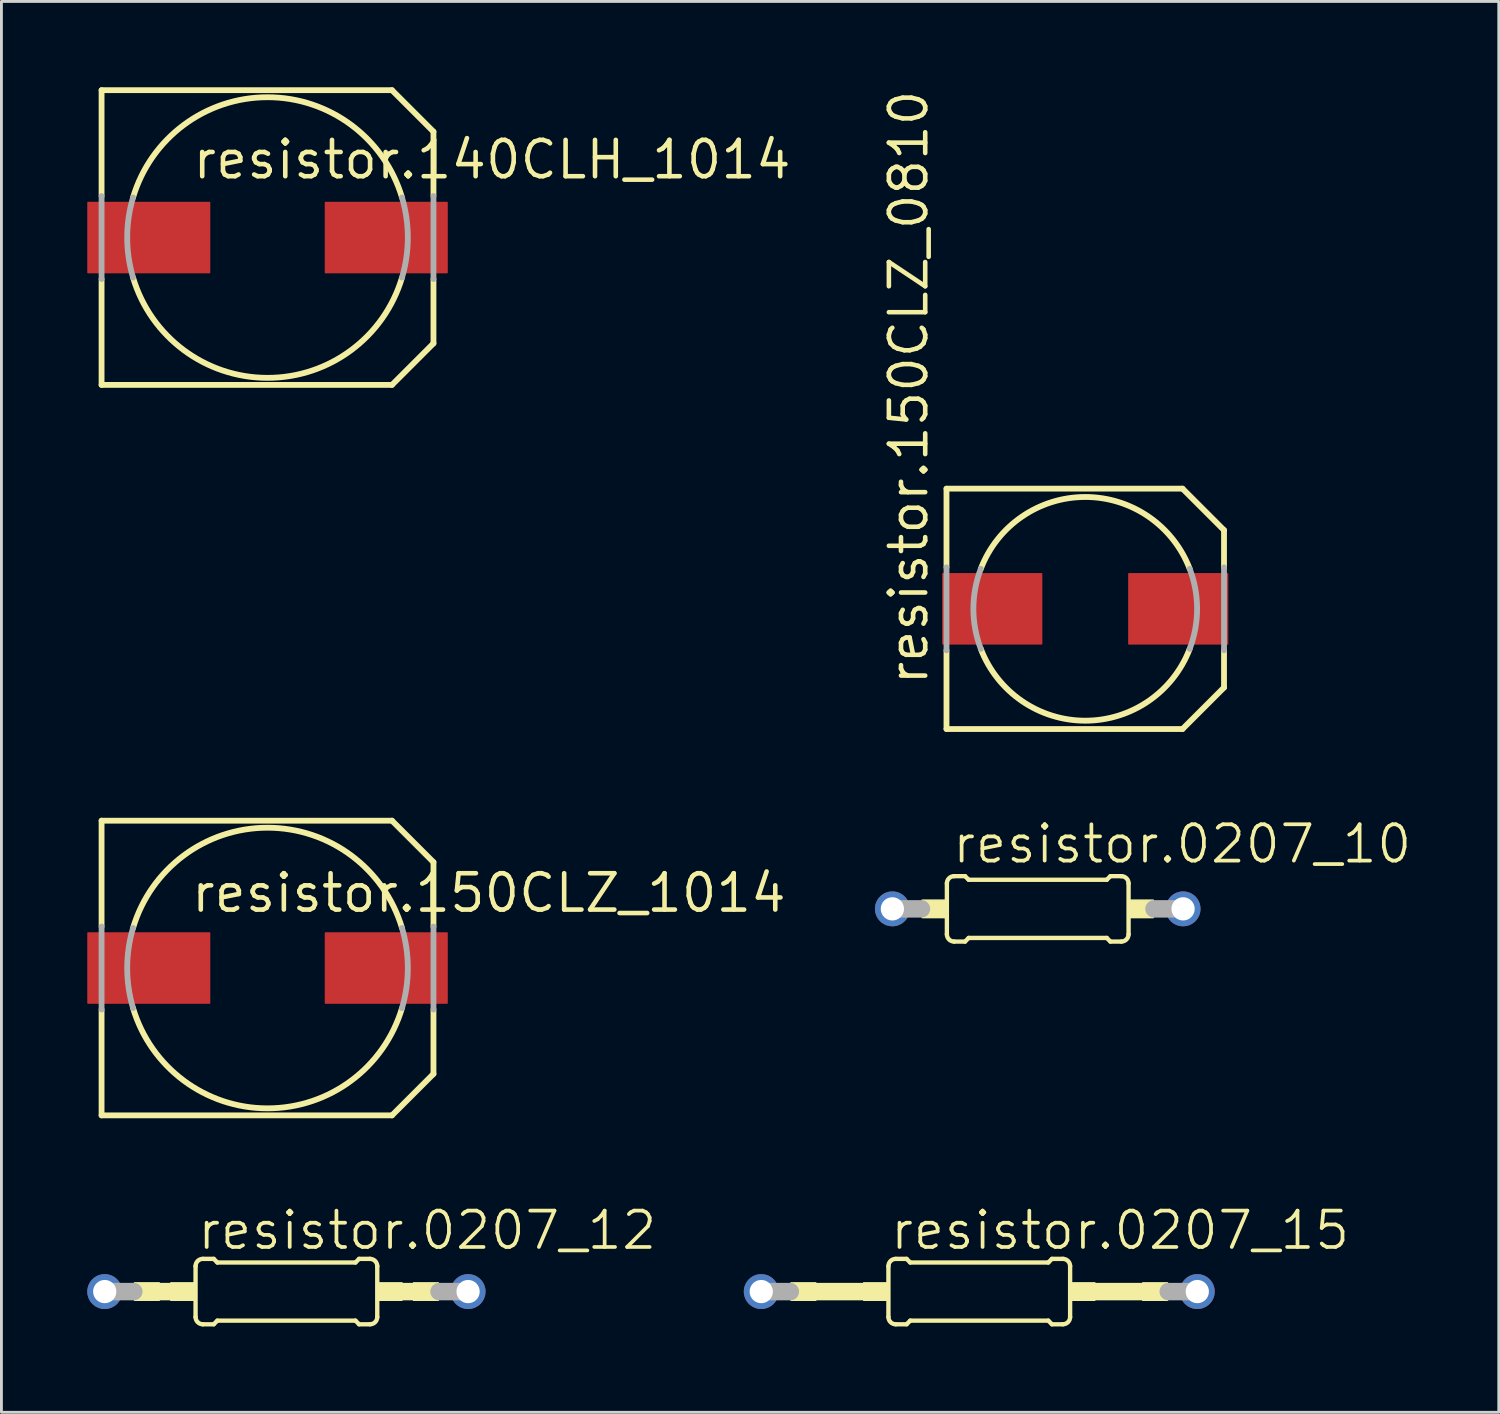
<source format=kicad_pcb>
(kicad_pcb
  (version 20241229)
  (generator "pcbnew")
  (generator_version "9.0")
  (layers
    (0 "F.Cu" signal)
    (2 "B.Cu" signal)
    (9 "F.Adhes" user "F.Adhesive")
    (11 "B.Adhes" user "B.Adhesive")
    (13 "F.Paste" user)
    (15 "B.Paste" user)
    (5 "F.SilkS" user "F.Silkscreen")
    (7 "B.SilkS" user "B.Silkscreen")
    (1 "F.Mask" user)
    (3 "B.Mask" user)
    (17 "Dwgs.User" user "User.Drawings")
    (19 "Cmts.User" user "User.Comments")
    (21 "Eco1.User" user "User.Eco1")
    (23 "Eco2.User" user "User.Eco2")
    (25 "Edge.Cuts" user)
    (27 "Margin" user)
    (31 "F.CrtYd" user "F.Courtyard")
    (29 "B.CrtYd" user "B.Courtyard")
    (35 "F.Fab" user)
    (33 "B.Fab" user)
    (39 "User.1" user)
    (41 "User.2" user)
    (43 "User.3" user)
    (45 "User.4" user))
  (footprint "resistor.140CLH_1014"
    (layer "F.Cu")
    (at 6.3 5.252)
    (property "Reference" "resistor.140CLH_1014" (at -2.69 -1.98 0) (layer "F.SilkS") (effects (font (size 1.27 1.27) (thickness 0.16)) (justify left bottom)))
    (attr smd)
    (fp_line (start -5.8 -5.15) (end 4.35 -5.15) (stroke (width 0.203) (type default)) (layer "F.SilkS"))
    (fp_line (start -5.8 -1.45) (end -5.8 -5.15) (stroke (width 0.203) (type default)) (layer "F.SilkS"))
    (fp_line (start -5.8 5.15) (end -5.8 1.45) (stroke (width 0.203) (type default)) (layer "F.SilkS"))
    (fp_line (start 4.35 5.15) (end -5.8 5.15) (stroke (width 0.203) (type default)) (layer "F.SilkS"))
    (fp_line (start 5.8 -3.7) (end 4.35 -5.15) (stroke (width 0.203) (type default)) (layer "F.SilkS"))
    (fp_line (start 5.8 -3.7) (end 5.8 -1.45) (stroke (width 0.203) (type default)) (layer "F.SilkS"))
    (fp_line (start 5.8 1.45) (end 5.8 3.7) (stroke (width 0.203) (type default)) (layer "F.SilkS"))
    (fp_line (start 5.8 3.7) (end 4.35 5.15) (stroke (width 0.203) (type default)) (layer "F.SilkS"))
    (fp_arc (start -4.7 -1.4) (mid 0 -4.90408) (end 4.7 -1.4) (stroke (width 0.2032) (type default)) (layer "F.SilkS"))
    (fp_arc (start 4.7 1.4) (mid 0 4.90408) (end -4.7 1.4) (stroke (width 0.2032) (type default)) (layer "F.SilkS"))
    (fp_line (start -5.8 1.45) (end -5.8 -1.45) (stroke (width 0.203) (type default)) (layer "F.Fab"))
    (fp_line (start 5.8 -1.45) (end 5.8 1.45) (stroke (width 0.203) (type default)) (layer "F.Fab"))
    (fp_arc (start -4.7 1.4) (mid -4.90408 0) (end -4.7 -1.4) (stroke (width 0.2032) (type default)) (layer "F.Fab"))
    (fp_arc (start 4.7 -1.4) (mid 4.90408 0) (end 4.7 1.4) (stroke (width 0.2032) (type default)) (layer "F.Fab"))
    (pad "+" smd roundrect (at 4.15 0) (size 4.3 2.5) (layers "F.Cu" "F.Mask" "F.Paste") (roundrect_rratio 0.01))
    (pad "-" smd roundrect (at -4.15 0) (size 4.3 2.5) (layers "F.Cu" "F.Mask" "F.Paste") (roundrect_rratio 0.01)))
  (footprint "resistor.0207_10"
    (layer "F.Cu")
    (at 33.219 28.715)
    (property "Reference" "resistor.0207_10" (at -3.048 -1.524 0) (layer "F.SilkS") (effects (font (size 1.27 1.27) (thickness 0.13)) (justify left bottom)))
    (attr through_hole)
    (fp_line (start -3.175 0.889) (end -3.175 -0.889) (stroke (width 0.152) (type default)) (layer "F.SilkS"))
    (fp_line (start -2.921 -1.143) (end -2.54 -1.143) (stroke (width 0.152) (type default)) (layer "F.SilkS"))
    (fp_line (start -2.921 1.143) (end -2.54 1.143) (stroke (width 0.152) (type default)) (layer "F.SilkS"))
    (fp_line (start -2.413 -1.016) (end -2.54 -1.143) (stroke (width 0.152) (type default)) (layer "F.SilkS"))
    (fp_line (start -2.413 1.016) (end -2.54 1.143) (stroke (width 0.152) (type default)) (layer "F.SilkS"))
    (fp_line (start 2.413 -1.016) (end -2.413 -1.016) (stroke (width 0.152) (type default)) (layer "F.SilkS"))
    (fp_line (start 2.413 -1.016) (end 2.54 -1.143) (stroke (width 0.152) (type default)) (layer "F.SilkS"))
    (fp_line (start 2.413 1.016) (end -2.413 1.016) (stroke (width 0.152) (type default)) (layer "F.SilkS"))
    (fp_line (start 2.413 1.016) (end 2.54 1.143) (stroke (width 0.152) (type default)) (layer "F.SilkS"))
    (fp_line (start 2.921 -1.143) (end 2.54 -1.143) (stroke (width 0.152) (type default)) (layer "F.SilkS"))
    (fp_line (start 2.921 1.143) (end 2.54 1.143) (stroke (width 0.152) (type default)) (layer "F.SilkS"))
    (fp_line (start 3.175 0.889) (end 3.175 -0.889) (stroke (width 0.152) (type default)) (layer "F.SilkS"))
    (fp_rect (start -4.039 0.305) (end -3.175 -0.305) (stroke (width 0.05) (type default)) (fill yes) (layer "F.SilkS"))
    (fp_rect (start 3.175 0.305) (end 4.039 -0.305) (stroke (width 0.05) (type default)) (fill yes) (layer "F.SilkS"))
    (fp_arc (start -3.175 -0.889) (mid -3.100605 -1.068605) (end -2.921 -1.143) (stroke (width 0.1524) (type default)) (layer "F.SilkS"))
    (fp_arc (start -2.921 1.143) (mid -3.100605 1.068605) (end -3.175 0.889) (stroke (width 0.1524) (type default)) (layer "F.SilkS"))
    (fp_arc (start 2.921 -1.143) (mid 3.100605 -1.068605) (end 3.175 -0.889) (stroke (width 0.1524) (type default)) (layer "F.SilkS"))
    (fp_arc (start 3.175 0.889) (mid 3.100605 1.068605) (end 2.921 1.143) (stroke (width 0.1524) (type default)) (layer "F.SilkS"))
    (fp_line (start -5.08 0) (end -4.064 0) (stroke (width 0.61) (type default)) (layer "F.Fab"))
    (fp_line (start 5.08 0) (end 4.064 0) (stroke (width 0.61) (type default)) (layer "F.Fab"))
    (pad "1" thru_hole circle (at -5.08 0) (size 1.219 1.219) (drill 0.813) (layers "*.Cu" "*.Mask"))
    (pad "2" thru_hole circle (at 5.08 0) (size 1.219 1.219) (drill 0.813) (layers "*.Cu" "*.Mask")))
  (footprint "resistor.0207_12"
    (layer "F.Cu")
    (at 6.96 42.091)
    (property "Reference" "resistor.0207_12" (at -3.175 -1.397 0) (layer "F.SilkS") (effects (font (size 1.27 1.27) (thickness 0.13)) (justify left bottom)))
    (attr through_hole)
    (fp_line (start -4.445 0) (end -4.064 0) (stroke (width 0.61) (type default)) (layer "F.SilkS"))
    (fp_line (start -3.175 0.889) (end -3.175 -0.889) (stroke (width 0.152) (type default)) (layer "F.SilkS"))
    (fp_line (start -2.921 -1.143) (end -2.54 -1.143) (stroke (width 0.152) (type default)) (layer "F.SilkS"))
    (fp_line (start -2.921 1.143) (end -2.54 1.143) (stroke (width 0.152) (type default)) (layer "F.SilkS"))
    (fp_line (start -2.413 -1.016) (end -2.54 -1.143) (stroke (width 0.152) (type default)) (layer "F.SilkS"))
    (fp_line (start -2.413 1.016) (end -2.54 1.143) (stroke (width 0.152) (type default)) (layer "F.SilkS"))
    (fp_line (start 2.413 -1.016) (end -2.413 -1.016) (stroke (width 0.152) (type default)) (layer "F.SilkS"))
    (fp_line (start 2.413 -1.016) (end 2.54 -1.143) (stroke (width 0.152) (type default)) (layer "F.SilkS"))
    (fp_line (start 2.413 1.016) (end -2.413 1.016) (stroke (width 0.152) (type default)) (layer "F.SilkS"))
    (fp_line (start 2.413 1.016) (end 2.54 1.143) (stroke (width 0.152) (type default)) (layer "F.SilkS"))
    (fp_line (start 2.921 -1.143) (end 2.54 -1.143) (stroke (width 0.152) (type default)) (layer "F.SilkS"))
    (fp_line (start 2.921 1.143) (end 2.54 1.143) (stroke (width 0.152) (type default)) (layer "F.SilkS"))
    (fp_line (start 3.175 0.889) (end 3.175 -0.889) (stroke (width 0.152) (type default)) (layer "F.SilkS"))
    (fp_line (start 4.445 0) (end 4.064 0) (stroke (width 0.61) (type default)) (layer "F.SilkS"))
    (fp_rect (start -5.309 0.305) (end -4.445 -0.305) (stroke (width 0.05) (type default)) (fill yes) (layer "F.SilkS"))
    (fp_rect (start -4.039 0.305) (end -3.175 -0.305) (stroke (width 0.05) (type default)) (fill yes) (layer "F.SilkS"))
    (fp_rect (start 3.175 0.305) (end 4.039 -0.305) (stroke (width 0.05) (type default)) (fill yes) (layer "F.SilkS"))
    (fp_rect (start 4.445 0.305) (end 5.309 -0.305) (stroke (width 0.05) (type default)) (fill yes) (layer "F.SilkS"))
    (fp_arc (start -3.175 -0.889) (mid -3.100605 -1.068605) (end -2.921 -1.143) (stroke (width 0.1524) (type default)) (layer "F.SilkS"))
    (fp_arc (start -2.921 1.143) (mid -3.100605 1.068605) (end -3.175 0.889) (stroke (width 0.1524) (type default)) (layer "F.SilkS"))
    (fp_arc (start 2.921 -1.143) (mid 3.100605 -1.068605) (end 3.175 -0.889) (stroke (width 0.1524) (type default)) (layer "F.SilkS"))
    (fp_arc (start 3.175 0.889) (mid 3.100605 1.068605) (end 2.921 1.143) (stroke (width 0.1524) (type default)) (layer "F.SilkS"))
    (fp_line (start -6.35 0) (end -5.334 0) (stroke (width 0.61) (type default)) (layer "F.Fab"))
    (fp_line (start 6.35 0) (end 5.334 0) (stroke (width 0.61) (type default)) (layer "F.Fab"))
    (pad "1" thru_hole circle (at -6.35 0) (size 1.219 1.219) (drill 0.813) (layers "*.Cu" "*.Mask"))
    (pad "2" thru_hole circle (at 6.35 0) (size 1.219 1.219) (drill 0.813) (layers "*.Cu" "*.Mask")))
  (footprint "resistor.0207_15"
    (layer "F.Cu")
    (at 31.176 42.091)
    (property "Reference" "resistor.0207_15" (at -3.175 -1.397 0) (layer "F.SilkS") (effects (font (size 1.27 1.27) (thickness 0.13)) (justify left bottom)))
    (attr through_hole)
    (fp_line (start -5.715 0) (end -4.064 0) (stroke (width 0.61) (type default)) (layer "F.SilkS"))
    (fp_line (start -3.175 0.889) (end -3.175 -0.889) (stroke (width 0.152) (type default)) (layer "F.SilkS"))
    (fp_line (start -2.921 -1.143) (end -2.54 -1.143) (stroke (width 0.152) (type default)) (layer "F.SilkS"))
    (fp_line (start -2.921 1.143) (end -2.54 1.143) (stroke (width 0.152) (type default)) (layer "F.SilkS"))
    (fp_line (start -2.413 -1.016) (end -2.54 -1.143) (stroke (width 0.152) (type default)) (layer "F.SilkS"))
    (fp_line (start -2.413 1.016) (end -2.54 1.143) (stroke (width 0.152) (type default)) (layer "F.SilkS"))
    (fp_line (start 2.413 -1.016) (end -2.413 -1.016) (stroke (width 0.152) (type default)) (layer "F.SilkS"))
    (fp_line (start 2.413 -1.016) (end 2.54 -1.143) (stroke (width 0.152) (type default)) (layer "F.SilkS"))
    (fp_line (start 2.413 1.016) (end -2.413 1.016) (stroke (width 0.152) (type default)) (layer "F.SilkS"))
    (fp_line (start 2.413 1.016) (end 2.54 1.143) (stroke (width 0.152) (type default)) (layer "F.SilkS"))
    (fp_line (start 2.921 -1.143) (end 2.54 -1.143) (stroke (width 0.152) (type default)) (layer "F.SilkS"))
    (fp_line (start 2.921 1.143) (end 2.54 1.143) (stroke (width 0.152) (type default)) (layer "F.SilkS"))
    (fp_line (start 3.175 0.889) (end 3.175 -0.889) (stroke (width 0.152) (type default)) (layer "F.SilkS"))
    (fp_line (start 5.715 0) (end 4.064 0) (stroke (width 0.61) (type default)) (layer "F.SilkS"))
    (fp_rect (start -6.579 0.305) (end -5.715 -0.305) (stroke (width 0.05) (type default)) (fill yes) (layer "F.SilkS"))
    (fp_rect (start -4.039 0.305) (end -3.175 -0.305) (stroke (width 0.05) (type default)) (fill yes) (layer "F.SilkS"))
    (fp_rect (start 3.175 0.305) (end 4.039 -0.305) (stroke (width 0.05) (type default)) (fill yes) (layer "F.SilkS"))
    (fp_rect (start 5.715 0.305) (end 6.579 -0.305) (stroke (width 0.05) (type default)) (fill yes) (layer "F.SilkS"))
    (fp_arc (start -3.175 -0.889) (mid -3.100605 -1.068605) (end -2.921 -1.143) (stroke (width 0.1524) (type default)) (layer "F.SilkS"))
    (fp_arc (start -2.921 1.143) (mid -3.100605 1.068605) (end -3.175 0.889) (stroke (width 0.1524) (type default)) (layer "F.SilkS"))
    (fp_arc (start 2.921 -1.143) (mid 3.100605 -1.068605) (end 3.175 -0.889) (stroke (width 0.1524) (type default)) (layer "F.SilkS"))
    (fp_arc (start 3.175 0.889) (mid 3.100605 1.068605) (end 2.921 1.143) (stroke (width 0.1524) (type default)) (layer "F.SilkS"))
    (fp_line (start -7.62 0) (end -6.604 0) (stroke (width 0.61) (type default)) (layer "F.Fab"))
    (fp_line (start 7.62 0) (end 6.604 0) (stroke (width 0.61) (type default)) (layer "F.Fab"))
    (pad "1" thru_hole circle (at -7.62 0) (size 1.219 1.219) (drill 0.813) (layers "*.Cu" "*.Mask"))
    (pad "2" thru_hole circle (at 7.62 0) (size 1.219 1.219) (drill 0.813) (layers "*.Cu" "*.Mask")))
  (footprint "resistor.150CLZ_1014"
    (layer "F.Cu")
    (at 6.3 30.783)
    (property "Reference" "resistor.150CLZ_1014" (at -2.74 -1.88 0) (layer "F.SilkS") (effects (font (size 1.27 1.27) (thickness 0.16)) (justify left bottom)))
    (attr smd)
    (fp_line (start -5.8 -5.15) (end 4.35 -5.15) (stroke (width 0.203) (type default)) (layer "F.SilkS"))
    (fp_line (start -5.8 -1.45) (end -5.8 -5.15) (stroke (width 0.203) (type default)) (layer "F.SilkS"))
    (fp_line (start -5.8 5.15) (end -5.8 1.45) (stroke (width 0.203) (type default)) (layer "F.SilkS"))
    (fp_line (start 4.35 5.15) (end -5.8 5.15) (stroke (width 0.203) (type default)) (layer "F.SilkS"))
    (fp_line (start 5.8 -3.7) (end 4.35 -5.15) (stroke (width 0.203) (type default)) (layer "F.SilkS"))
    (fp_line (start 5.8 -3.7) (end 5.8 -1.45) (stroke (width 0.203) (type default)) (layer "F.SilkS"))
    (fp_line (start 5.8 1.45) (end 5.8 3.7) (stroke (width 0.203) (type default)) (layer "F.SilkS"))
    (fp_line (start 5.8 3.7) (end 4.35 5.15) (stroke (width 0.203) (type default)) (layer "F.SilkS"))
    (fp_arc (start -4.7 -1.4) (mid 0 -4.90408) (end 4.7 -1.4) (stroke (width 0.2032) (type default)) (layer "F.SilkS"))
    (fp_arc (start 4.7 1.4) (mid 0 4.90408) (end -4.7 1.4) (stroke (width 0.2032) (type default)) (layer "F.SilkS"))
    (fp_line (start -5.8 1.45) (end -5.8 -1.45) (stroke (width 0.203) (type default)) (layer "F.Fab"))
    (fp_line (start 5.8 -1.45) (end 5.8 1.45) (stroke (width 0.203) (type default)) (layer "F.Fab"))
    (fp_arc (start -4.7 1.4) (mid -4.90408 0) (end -4.7 -1.4) (stroke (width 0.2032) (type default)) (layer "F.Fab"))
    (fp_arc (start 4.7 -1.4) (mid 4.90408 0) (end 4.7 1.4) (stroke (width 0.2032) (type default)) (layer "F.Fab"))
    (pad "+" smd roundrect (at 4.15 0) (size 4.3 2.5) (layers "F.Cu" "F.Mask" "F.Paste") (roundrect_rratio 0.01))
    (pad "-" smd roundrect (at -4.15 0) (size 4.3 2.5) (layers "F.Cu" "F.Mask" "F.Paste") (roundrect_rratio 0.01)))
  (footprint "resistor.150CLZ_0810"
    (layer "F.Cu")
    (at 34.88 18.229)
    (property "Reference" "resistor.150CLZ_0810" (at -5.43 2.74 90) (layer "F.SilkS") (effects (font (size 1.27 1.27) (thickness 0.16)) (justify left bottom)))
    (attr smd)
    (fp_line (start -4.85 -4.2) (end 3.4 -4.2) (stroke (width 0.203) (type default)) (layer "F.SilkS"))
    (fp_line (start -4.85 -1.45) (end -4.85 -4.2) (stroke (width 0.203) (type default)) (layer "F.SilkS"))
    (fp_line (start -4.85 4.2) (end -4.85 1.45) (stroke (width 0.203) (type default)) (layer "F.SilkS"))
    (fp_line (start 3.4 4.2) (end -4.85 4.2) (stroke (width 0.203) (type default)) (layer "F.SilkS"))
    (fp_line (start 4.85 -2.75) (end 3.4 -4.2) (stroke (width 0.203) (type default)) (layer "F.SilkS"))
    (fp_line (start 4.85 -2.75) (end 4.85 -1.45) (stroke (width 0.203) (type default)) (layer "F.SilkS"))
    (fp_line (start 4.85 1.45) (end 4.85 2.75) (stroke (width 0.203) (type default)) (layer "F.SilkS"))
    (fp_line (start 4.85 2.75) (end 3.4 4.2) (stroke (width 0.203) (type default)) (layer "F.SilkS"))
    (fp_arc (start -3.65 -1.4) (mid 0 -3.909284) (end 3.65 -1.4) (stroke (width 0.2032) (type default)) (layer "F.SilkS"))
    (fp_arc (start 3.65 1.4) (mid 0 3.909284) (end -3.65 1.4) (stroke (width 0.2032) (type default)) (layer "F.SilkS"))
    (fp_line (start -4.85 1.45) (end -4.85 -1.45) (stroke (width 0.203) (type default)) (layer "F.Fab"))
    (fp_line (start 4.85 -1.45) (end 4.85 1.45) (stroke (width 0.203) (type default)) (layer "F.Fab"))
    (fp_arc (start -3.65 1.4) (mid -3.909284 0) (end -3.65 -1.4) (stroke (width 0.2032) (type default)) (layer "F.Fab"))
    (fp_arc (start 3.65 -1.4) (mid 3.909284 0) (end 3.65 1.4) (stroke (width 0.2032) (type default)) (layer "F.Fab"))
    (pad "+" smd roundrect (at 3.25 0) (size 3.5 2.5) (layers "F.Cu" "F.Mask" "F.Paste") (roundrect_rratio 0.01))
    (pad "-" smd roundrect (at -3.25 0) (size 3.5 2.5) (layers "F.Cu" "F.Mask" "F.Paste") (roundrect_rratio 0.01)))
  (gr_rect
    (start -3 -3)
    (end 49.333 46.31)
    (stroke (width 0.1) (type default))
    (fill no)
    (layer "Edge.Cuts")))
</source>
